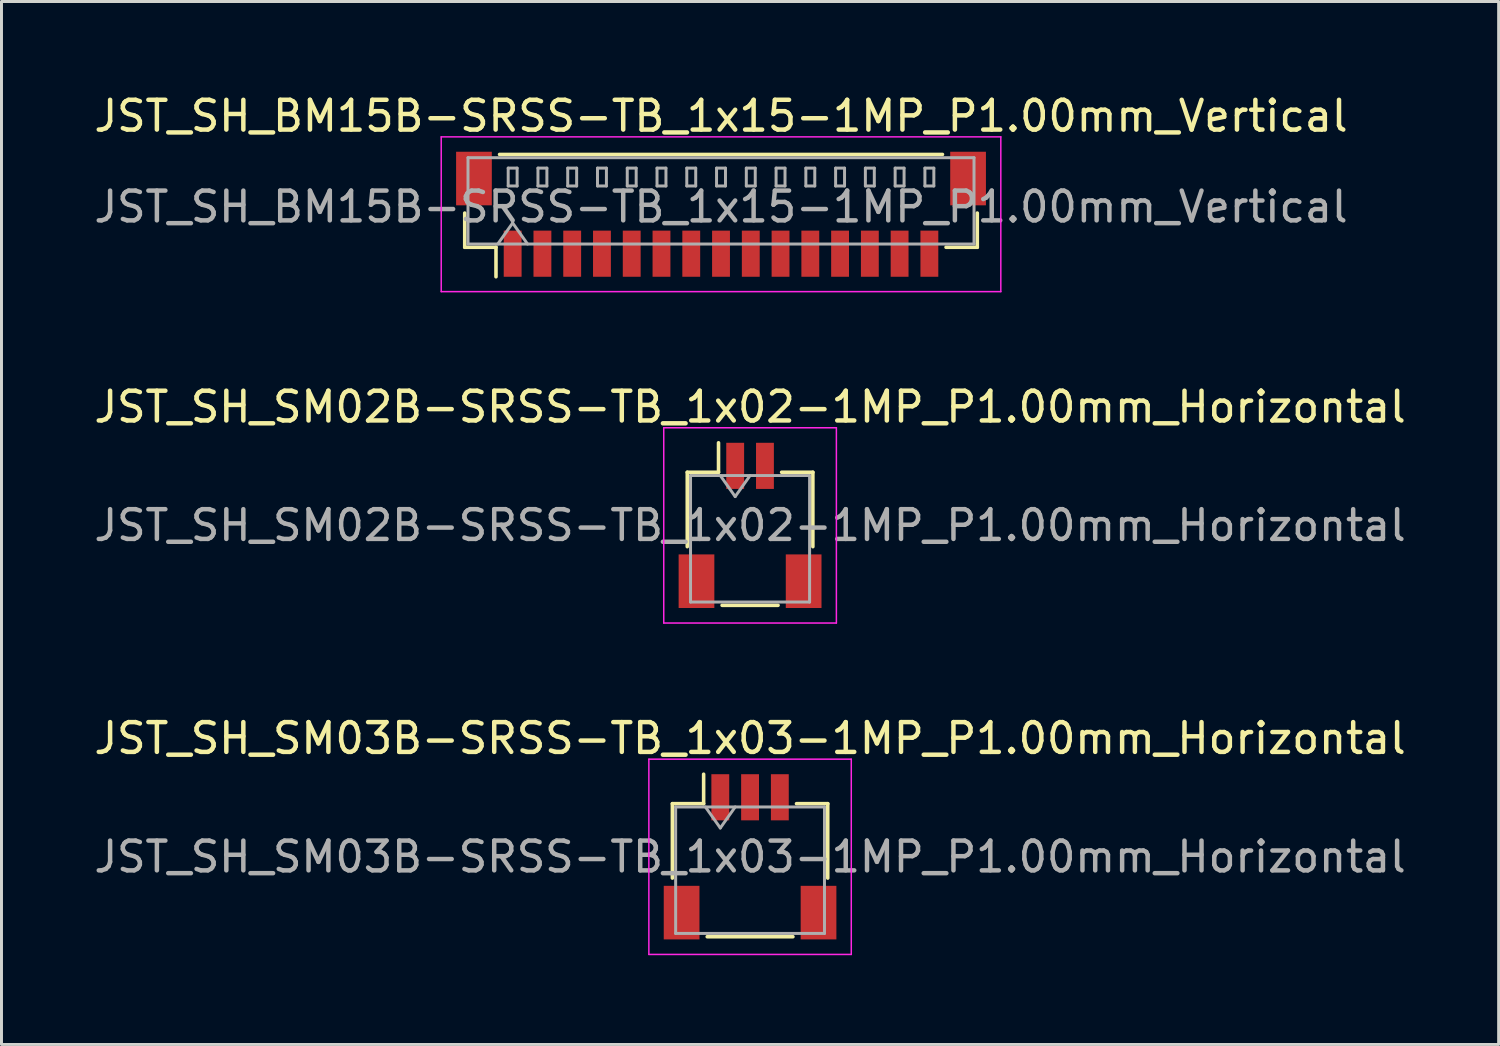
<source format=kicad_pcb>
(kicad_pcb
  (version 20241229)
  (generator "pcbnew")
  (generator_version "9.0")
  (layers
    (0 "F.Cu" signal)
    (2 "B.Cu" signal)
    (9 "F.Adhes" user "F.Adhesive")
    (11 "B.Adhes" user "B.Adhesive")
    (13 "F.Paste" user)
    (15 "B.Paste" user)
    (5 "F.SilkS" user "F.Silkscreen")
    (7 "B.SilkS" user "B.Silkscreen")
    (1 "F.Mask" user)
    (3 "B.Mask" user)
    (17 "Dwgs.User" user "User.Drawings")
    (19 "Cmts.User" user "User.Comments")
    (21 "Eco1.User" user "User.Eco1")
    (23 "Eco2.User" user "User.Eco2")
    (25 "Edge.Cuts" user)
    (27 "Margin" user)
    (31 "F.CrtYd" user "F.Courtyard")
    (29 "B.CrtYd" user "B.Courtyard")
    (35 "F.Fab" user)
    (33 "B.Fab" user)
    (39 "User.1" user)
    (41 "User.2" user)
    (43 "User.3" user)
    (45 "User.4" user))
  (footprint "JST_SH_BM15B-SRSS-TB_1x15-1MP_P1.00mm_Vertical"
    (layer "F.Cu")
    (at 21.173 4.148)
    (property "Reference" "JST_SH_BM15B-SRSS-TB_1x15-1MP_P1.00mm_Vertical" (at 0 -3.3 0) (layer "F.SilkS") (effects (font (size 1 1) (thickness 0.15))))
    (attr smd)
    (fp_line (start -8.61 -0.04) (end -8.61 1.11) (stroke (width 0.12) (type solid)) (layer "F.SilkS"))
    (fp_line (start -8.61 1.11) (end -7.56 1.11) (stroke (width 0.12) (type solid)) (layer "F.SilkS"))
    (fp_line (start -7.56 1.11) (end -7.56 2.1) (stroke (width 0.12) (type solid)) (layer "F.SilkS"))
    (fp_line (start -7.44 -2.01) (end 7.44 -2.01) (stroke (width 0.12) (type solid)) (layer "F.SilkS"))
    (fp_line (start 8.61 -0.04) (end 8.61 1.11) (stroke (width 0.12) (type solid)) (layer "F.SilkS"))
    (fp_line (start 8.61 1.11) (end 7.56 1.11) (stroke (width 0.12) (type solid)) (layer "F.SilkS"))
    (fp_line (start -9.4 -2.6) (end -9.4 2.6) (stroke (width 0.05) (type solid)) (layer "F.CrtYd"))
    (fp_line (start -9.4 2.6) (end 9.4 2.6) (stroke (width 0.05) (type solid)) (layer "F.CrtYd"))
    (fp_line (start 9.4 -2.6) (end -9.4 -2.6) (stroke (width 0.05) (type solid)) (layer "F.CrtYd"))
    (fp_line (start 9.4 2.6) (end 9.4 -2.6) (stroke (width 0.05) (type solid)) (layer "F.CrtYd"))
    (fp_line (start -8.5 -1.9) (end 8.5 -1.9) (stroke (width 0.1) (type solid)) (layer "F.Fab"))
    (fp_line (start -8.5 1) (end -8.5 -1.9) (stroke (width 0.1) (type solid)) (layer "F.Fab"))
    (fp_line (start -8.5 1) (end 8.5 1) (stroke (width 0.1) (type solid)) (layer "F.Fab"))
    (fp_line (start -7.5 1) (end -7 0.293) (stroke (width 0.1) (type solid)) (layer "F.Fab"))
    (fp_line (start -7.15 -1.55) (end -7.15 -0.95) (stroke (width 0.1) (type solid)) (layer "F.Fab"))
    (fp_line (start -7.15 -0.95) (end -6.85 -0.95) (stroke (width 0.1) (type solid)) (layer "F.Fab"))
    (fp_line (start -7 0.293) (end -6.5 1) (stroke (width 0.1) (type solid)) (layer "F.Fab"))
    (fp_line (start -6.85 -1.55) (end -7.15 -1.55) (stroke (width 0.1) (type solid)) (layer "F.Fab"))
    (fp_line (start -6.85 -0.95) (end -6.85 -1.55) (stroke (width 0.1) (type solid)) (layer "F.Fab"))
    (fp_line (start -6.15 -1.55) (end -6.15 -0.95) (stroke (width 0.1) (type solid)) (layer "F.Fab"))
    (fp_line (start -6.15 -0.95) (end -5.85 -0.95) (stroke (width 0.1) (type solid)) (layer "F.Fab"))
    (fp_line (start -5.85 -1.55) (end -6.15 -1.55) (stroke (width 0.1) (type solid)) (layer "F.Fab"))
    (fp_line (start -5.85 -0.95) (end -5.85 -1.55) (stroke (width 0.1) (type solid)) (layer "F.Fab"))
    (fp_line (start -5.15 -1.55) (end -5.15 -0.95) (stroke (width 0.1) (type solid)) (layer "F.Fab"))
    (fp_line (start -5.15 -0.95) (end -4.85 -0.95) (stroke (width 0.1) (type solid)) (layer "F.Fab"))
    (fp_line (start -4.85 -1.55) (end -5.15 -1.55) (stroke (width 0.1) (type solid)) (layer "F.Fab"))
    (fp_line (start -4.85 -0.95) (end -4.85 -1.55) (stroke (width 0.1) (type solid)) (layer "F.Fab"))
    (fp_line (start -4.15 -1.55) (end -4.15 -0.95) (stroke (width 0.1) (type solid)) (layer "F.Fab"))
    (fp_line (start -4.15 -0.95) (end -3.85 -0.95) (stroke (width 0.1) (type solid)) (layer "F.Fab"))
    (fp_line (start -3.85 -1.55) (end -4.15 -1.55) (stroke (width 0.1) (type solid)) (layer "F.Fab"))
    (fp_line (start -3.85 -0.95) (end -3.85 -1.55) (stroke (width 0.1) (type solid)) (layer "F.Fab"))
    (fp_line (start -3.15 -1.55) (end -3.15 -0.95) (stroke (width 0.1) (type solid)) (layer "F.Fab"))
    (fp_line (start -3.15 -0.95) (end -2.85 -0.95) (stroke (width 0.1) (type solid)) (layer "F.Fab"))
    (fp_line (start -2.85 -1.55) (end -3.15 -1.55) (stroke (width 0.1) (type solid)) (layer "F.Fab"))
    (fp_line (start -2.85 -0.95) (end -2.85 -1.55) (stroke (width 0.1) (type solid)) (layer "F.Fab"))
    (fp_line (start -2.15 -1.55) (end -2.15 -0.95) (stroke (width 0.1) (type solid)) (layer "F.Fab"))
    (fp_line (start -2.15 -0.95) (end -1.85 -0.95) (stroke (width 0.1) (type solid)) (layer "F.Fab"))
    (fp_line (start -1.85 -1.55) (end -2.15 -1.55) (stroke (width 0.1) (type solid)) (layer "F.Fab"))
    (fp_line (start -1.85 -0.95) (end -1.85 -1.55) (stroke (width 0.1) (type solid)) (layer "F.Fab"))
    (fp_line (start -1.15 -1.55) (end -1.15 -0.95) (stroke (width 0.1) (type solid)) (layer "F.Fab"))
    (fp_line (start -1.15 -0.95) (end -0.85 -0.95) (stroke (width 0.1) (type solid)) (layer "F.Fab"))
    (fp_line (start -0.85 -1.55) (end -1.15 -1.55) (stroke (width 0.1) (type solid)) (layer "F.Fab"))
    (fp_line (start -0.85 -0.95) (end -0.85 -1.55) (stroke (width 0.1) (type solid)) (layer "F.Fab"))
    (fp_line (start -0.15 -1.55) (end -0.15 -0.95) (stroke (width 0.1) (type solid)) (layer "F.Fab"))
    (fp_line (start -0.15 -0.95) (end 0.15 -0.95) (stroke (width 0.1) (type solid)) (layer "F.Fab"))
    (fp_line (start 0.15 -1.55) (end -0.15 -1.55) (stroke (width 0.1) (type solid)) (layer "F.Fab"))
    (fp_line (start 0.15 -0.95) (end 0.15 -1.55) (stroke (width 0.1) (type solid)) (layer "F.Fab"))
    (fp_line (start 0.85 -1.55) (end 0.85 -0.95) (stroke (width 0.1) (type solid)) (layer "F.Fab"))
    (fp_line (start 0.85 -0.95) (end 1.15 -0.95) (stroke (width 0.1) (type solid)) (layer "F.Fab"))
    (fp_line (start 1.15 -1.55) (end 0.85 -1.55) (stroke (width 0.1) (type solid)) (layer "F.Fab"))
    (fp_line (start 1.15 -0.95) (end 1.15 -1.55) (stroke (width 0.1) (type solid)) (layer "F.Fab"))
    (fp_line (start 1.85 -1.55) (end 1.85 -0.95) (stroke (width 0.1) (type solid)) (layer "F.Fab"))
    (fp_line (start 1.85 -0.95) (end 2.15 -0.95) (stroke (width 0.1) (type solid)) (layer "F.Fab"))
    (fp_line (start 2.15 -1.55) (end 1.85 -1.55) (stroke (width 0.1) (type solid)) (layer "F.Fab"))
    (fp_line (start 2.15 -0.95) (end 2.15 -1.55) (stroke (width 0.1) (type solid)) (layer "F.Fab"))
    (fp_line (start 2.85 -1.55) (end 2.85 -0.95) (stroke (width 0.1) (type solid)) (layer "F.Fab"))
    (fp_line (start 2.85 -0.95) (end 3.15 -0.95) (stroke (width 0.1) (type solid)) (layer "F.Fab"))
    (fp_line (start 3.15 -1.55) (end 2.85 -1.55) (stroke (width 0.1) (type solid)) (layer "F.Fab"))
    (fp_line (start 3.15 -0.95) (end 3.15 -1.55) (stroke (width 0.1) (type solid)) (layer "F.Fab"))
    (fp_line (start 3.85 -1.55) (end 3.85 -0.95) (stroke (width 0.1) (type solid)) (layer "F.Fab"))
    (fp_line (start 3.85 -0.95) (end 4.15 -0.95) (stroke (width 0.1) (type solid)) (layer "F.Fab"))
    (fp_line (start 4.15 -1.55) (end 3.85 -1.55) (stroke (width 0.1) (type solid)) (layer "F.Fab"))
    (fp_line (start 4.15 -0.95) (end 4.15 -1.55) (stroke (width 0.1) (type solid)) (layer "F.Fab"))
    (fp_line (start 4.85 -1.55) (end 4.85 -0.95) (stroke (width 0.1) (type solid)) (layer "F.Fab"))
    (fp_line (start 4.85 -0.95) (end 5.15 -0.95) (stroke (width 0.1) (type solid)) (layer "F.Fab"))
    (fp_line (start 5.15 -1.55) (end 4.85 -1.55) (stroke (width 0.1) (type solid)) (layer "F.Fab"))
    (fp_line (start 5.15 -0.95) (end 5.15 -1.55) (stroke (width 0.1) (type solid)) (layer "F.Fab"))
    (fp_line (start 5.85 -1.55) (end 5.85 -0.95) (stroke (width 0.1) (type solid)) (layer "F.Fab"))
    (fp_line (start 5.85 -0.95) (end 6.15 -0.95) (stroke (width 0.1) (type solid)) (layer "F.Fab"))
    (fp_line (start 6.15 -1.55) (end 5.85 -1.55) (stroke (width 0.1) (type solid)) (layer "F.Fab"))
    (fp_line (start 6.15 -0.95) (end 6.15 -1.55) (stroke (width 0.1) (type solid)) (layer "F.Fab"))
    (fp_line (start 6.85 -1.55) (end 6.85 -0.95) (stroke (width 0.1) (type solid)) (layer "F.Fab"))
    (fp_line (start 6.85 -0.95) (end 7.15 -0.95) (stroke (width 0.1) (type solid)) (layer "F.Fab"))
    (fp_line (start 7.15 -1.55) (end 6.85 -1.55) (stroke (width 0.1) (type solid)) (layer "F.Fab"))
    (fp_line (start 7.15 -0.95) (end 7.15 -1.55) (stroke (width 0.1) (type solid)) (layer "F.Fab"))
    (fp_line (start 8.5 1) (end 8.5 -1.9) (stroke (width 0.1) (type solid)) (layer "F.Fab"))
    (fp_text user "${REFERENCE}" (at 0 -0.25 0) (layer "F.Fab") (effects (font (size 1 1) (thickness 0.15))))
    (pad "1" smd rect (at -7 1.325) (size 0.6 1.55) (layers "F.Cu" "F.Mask" "F.Paste"))
    (pad "2" smd rect (at -6 1.325) (size 0.6 1.55) (layers "F.Cu" "F.Mask" "F.Paste"))
    (pad "3" smd rect (at -5 1.325) (size 0.6 1.55) (layers "F.Cu" "F.Mask" "F.Paste"))
    (pad "4" smd rect (at -4 1.325) (size 0.6 1.55) (layers "F.Cu" "F.Mask" "F.Paste"))
    (pad "5" smd rect (at -3 1.325) (size 0.6 1.55) (layers "F.Cu" "F.Mask" "F.Paste"))
    (pad "6" smd rect (at -2 1.325) (size 0.6 1.55) (layers "F.Cu" "F.Mask" "F.Paste"))
    (pad "7" smd rect (at -1 1.325) (size 0.6 1.55) (layers "F.Cu" "F.Mask" "F.Paste"))
    (pad "8" smd rect (at 0 1.325) (size 0.6 1.55) (layers "F.Cu" "F.Mask" "F.Paste"))
    (pad "9" smd rect (at 1 1.325) (size 0.6 1.55) (layers "F.Cu" "F.Mask" "F.Paste"))
    (pad "10" smd rect (at 2 1.325) (size 0.6 1.55) (layers "F.Cu" "F.Mask" "F.Paste"))
    (pad "11" smd rect (at 3 1.325) (size 0.6 1.55) (layers "F.Cu" "F.Mask" "F.Paste"))
    (pad "12" smd rect (at 4 1.325) (size 0.6 1.55) (layers "F.Cu" "F.Mask" "F.Paste"))
    (pad "13" smd rect (at 5 1.325) (size 0.6 1.55) (layers "F.Cu" "F.Mask" "F.Paste"))
    (pad "14" smd rect (at 6 1.325) (size 0.6 1.55) (layers "F.Cu" "F.Mask" "F.Paste"))
    (pad "15" smd rect (at 7 1.325) (size 0.6 1.55) (layers "F.Cu" "F.Mask" "F.Paste"))
    (pad "MP" smd rect (at -8.3 -1.2) (size 1.2 1.8) (layers "F.Cu" "F.Mask" "F.Paste"))
    (pad "MP" smd rect (at 8.3 -1.2) (size 1.2 1.8) (layers "F.Cu" "F.Mask" "F.Paste")))
  (footprint "JST_SH_SM02B-SRSS-TB_1x02-1MP_P1.00mm_Horizontal"
    (layer "F.Cu")
    (at 22.149 14.601)
    (property "Reference" "JST_SH_SM02B-SRSS-TB_1x02-1MP_P1.00mm_Horizontal" (at 0 -3.98 0) (layer "F.SilkS") (effects (font (size 1 1) (thickness 0.15))))
    (attr smd)
    (fp_line (start -2.11 -1.785) (end -1.06 -1.785) (stroke (width 0.12) (type solid)) (layer "F.SilkS"))
    (fp_line (start -2.11 0.715) (end -2.11 -1.785) (stroke (width 0.12) (type solid)) (layer "F.SilkS"))
    (fp_line (start -1.06 -1.785) (end -1.06 -2.775) (stroke (width 0.12) (type solid)) (layer "F.SilkS"))
    (fp_line (start -0.94 2.685) (end 0.94 2.685) (stroke (width 0.12) (type solid)) (layer "F.SilkS"))
    (fp_line (start 2.11 -1.785) (end 1.06 -1.785) (stroke (width 0.12) (type solid)) (layer "F.SilkS"))
    (fp_line (start 2.11 0.715) (end 2.11 -1.785) (stroke (width 0.12) (type solid)) (layer "F.SilkS"))
    (fp_line (start -2.9 -3.28) (end -2.9 3.28) (stroke (width 0.05) (type solid)) (layer "F.CrtYd"))
    (fp_line (start -2.9 3.28) (end 2.9 3.28) (stroke (width 0.05) (type solid)) (layer "F.CrtYd"))
    (fp_line (start 2.9 -3.28) (end -2.9 -3.28) (stroke (width 0.05) (type solid)) (layer "F.CrtYd"))
    (fp_line (start 2.9 3.28) (end 2.9 -3.28) (stroke (width 0.05) (type solid)) (layer "F.CrtYd"))
    (fp_line (start -2 -1.675) (end -2 2.575) (stroke (width 0.1) (type solid)) (layer "F.Fab"))
    (fp_line (start -2 -1.675) (end 2 -1.675) (stroke (width 0.1) (type solid)) (layer "F.Fab"))
    (fp_line (start -2 2.575) (end 2 2.575) (stroke (width 0.1) (type solid)) (layer "F.Fab"))
    (fp_line (start -1 -1.675) (end -0.5 -0.968) (stroke (width 0.1) (type solid)) (layer "F.Fab"))
    (fp_line (start -0.5 -0.968) (end 0 -1.675) (stroke (width 0.1) (type solid)) (layer "F.Fab"))
    (fp_line (start 2 -1.675) (end 2 2.575) (stroke (width 0.1) (type solid)) (layer "F.Fab"))
    (fp_text user "${REFERENCE}" (at 0 0 0) (layer "F.Fab") (effects (font (size 1 1) (thickness 0.15))))
    (pad "1" smd rect (at -0.5 -2) (size 0.6 1.55) (layers "F.Cu" "F.Mask" "F.Paste"))
    (pad "2" smd rect (at 0.5 -2) (size 0.6 1.55) (layers "F.Cu" "F.Mask" "F.Paste"))
    (pad "MP" smd rect (at -1.8 1.875) (size 1.2 1.8) (layers "F.Cu" "F.Mask" "F.Paste"))
    (pad "MP" smd rect (at 1.8 1.875) (size 1.2 1.8) (layers "F.Cu" "F.Mask" "F.Paste")))
  (footprint "JST_SH_SM03B-SRSS-TB_1x03-1MP_P1.00mm_Horizontal"
    (layer "F.Cu")
    (at 22.149 25.735)
    (property "Reference" "JST_SH_SM03B-SRSS-TB_1x03-1MP_P1.00mm_Horizontal" (at 0 -3.98 0) (layer "F.SilkS") (effects (font (size 1 1) (thickness 0.15))))
    (attr smd)
    (fp_line (start -2.61 -1.785) (end -1.56 -1.785) (stroke (width 0.12) (type solid)) (layer "F.SilkS"))
    (fp_line (start -2.61 0.715) (end -2.61 -1.785) (stroke (width 0.12) (type solid)) (layer "F.SilkS"))
    (fp_line (start -1.56 -1.785) (end -1.56 -2.775) (stroke (width 0.12) (type solid)) (layer "F.SilkS"))
    (fp_line (start -1.44 2.685) (end 1.44 2.685) (stroke (width 0.12) (type solid)) (layer "F.SilkS"))
    (fp_line (start 2.61 -1.785) (end 1.56 -1.785) (stroke (width 0.12) (type solid)) (layer "F.SilkS"))
    (fp_line (start 2.61 0.715) (end 2.61 -1.785) (stroke (width 0.12) (type solid)) (layer "F.SilkS"))
    (fp_line (start -3.4 -3.28) (end -3.4 3.28) (stroke (width 0.05) (type solid)) (layer "F.CrtYd"))
    (fp_line (start -3.4 3.28) (end 3.4 3.28) (stroke (width 0.05) (type solid)) (layer "F.CrtYd"))
    (fp_line (start 3.4 -3.28) (end -3.4 -3.28) (stroke (width 0.05) (type solid)) (layer "F.CrtYd"))
    (fp_line (start 3.4 3.28) (end 3.4 -3.28) (stroke (width 0.05) (type solid)) (layer "F.CrtYd"))
    (fp_line (start -2.5 -1.675) (end -2.5 2.575) (stroke (width 0.1) (type solid)) (layer "F.Fab"))
    (fp_line (start -2.5 -1.675) (end 2.5 -1.675) (stroke (width 0.1) (type solid)) (layer "F.Fab"))
    (fp_line (start -2.5 2.575) (end 2.5 2.575) (stroke (width 0.1) (type solid)) (layer "F.Fab"))
    (fp_line (start -1.5 -1.675) (end -1 -0.968) (stroke (width 0.1) (type solid)) (layer "F.Fab"))
    (fp_line (start -1 -0.968) (end -0.5 -1.675) (stroke (width 0.1) (type solid)) (layer "F.Fab"))
    (fp_line (start 2.5 -1.675) (end 2.5 2.575) (stroke (width 0.1) (type solid)) (layer "F.Fab"))
    (fp_text user "${REFERENCE}" (at 0 0 0) (layer "F.Fab") (effects (font (size 1 1) (thickness 0.15))))
    (pad "1" smd rect (at -1 -2) (size 0.6 1.55) (layers "F.Cu" "F.Mask" "F.Paste"))
    (pad "2" smd rect (at 0 -2) (size 0.6 1.55) (layers "F.Cu" "F.Mask" "F.Paste"))
    (pad "3" smd rect (at 1 -2) (size 0.6 1.55) (layers "F.Cu" "F.Mask" "F.Paste"))
    (pad "MP" smd rect (at -2.3 1.875) (size 1.2 1.8) (layers "F.Cu" "F.Mask" "F.Paste"))
    (pad "MP" smd rect (at 2.3 1.875) (size 1.2 1.8) (layers "F.Cu" "F.Mask" "F.Paste")))
  (gr_rect
    (start -3 -3)
    (end 47.298 32.04)
    (stroke (width 0.1) (type default))
    (fill no)
    (layer "Edge.Cuts")))
</source>
